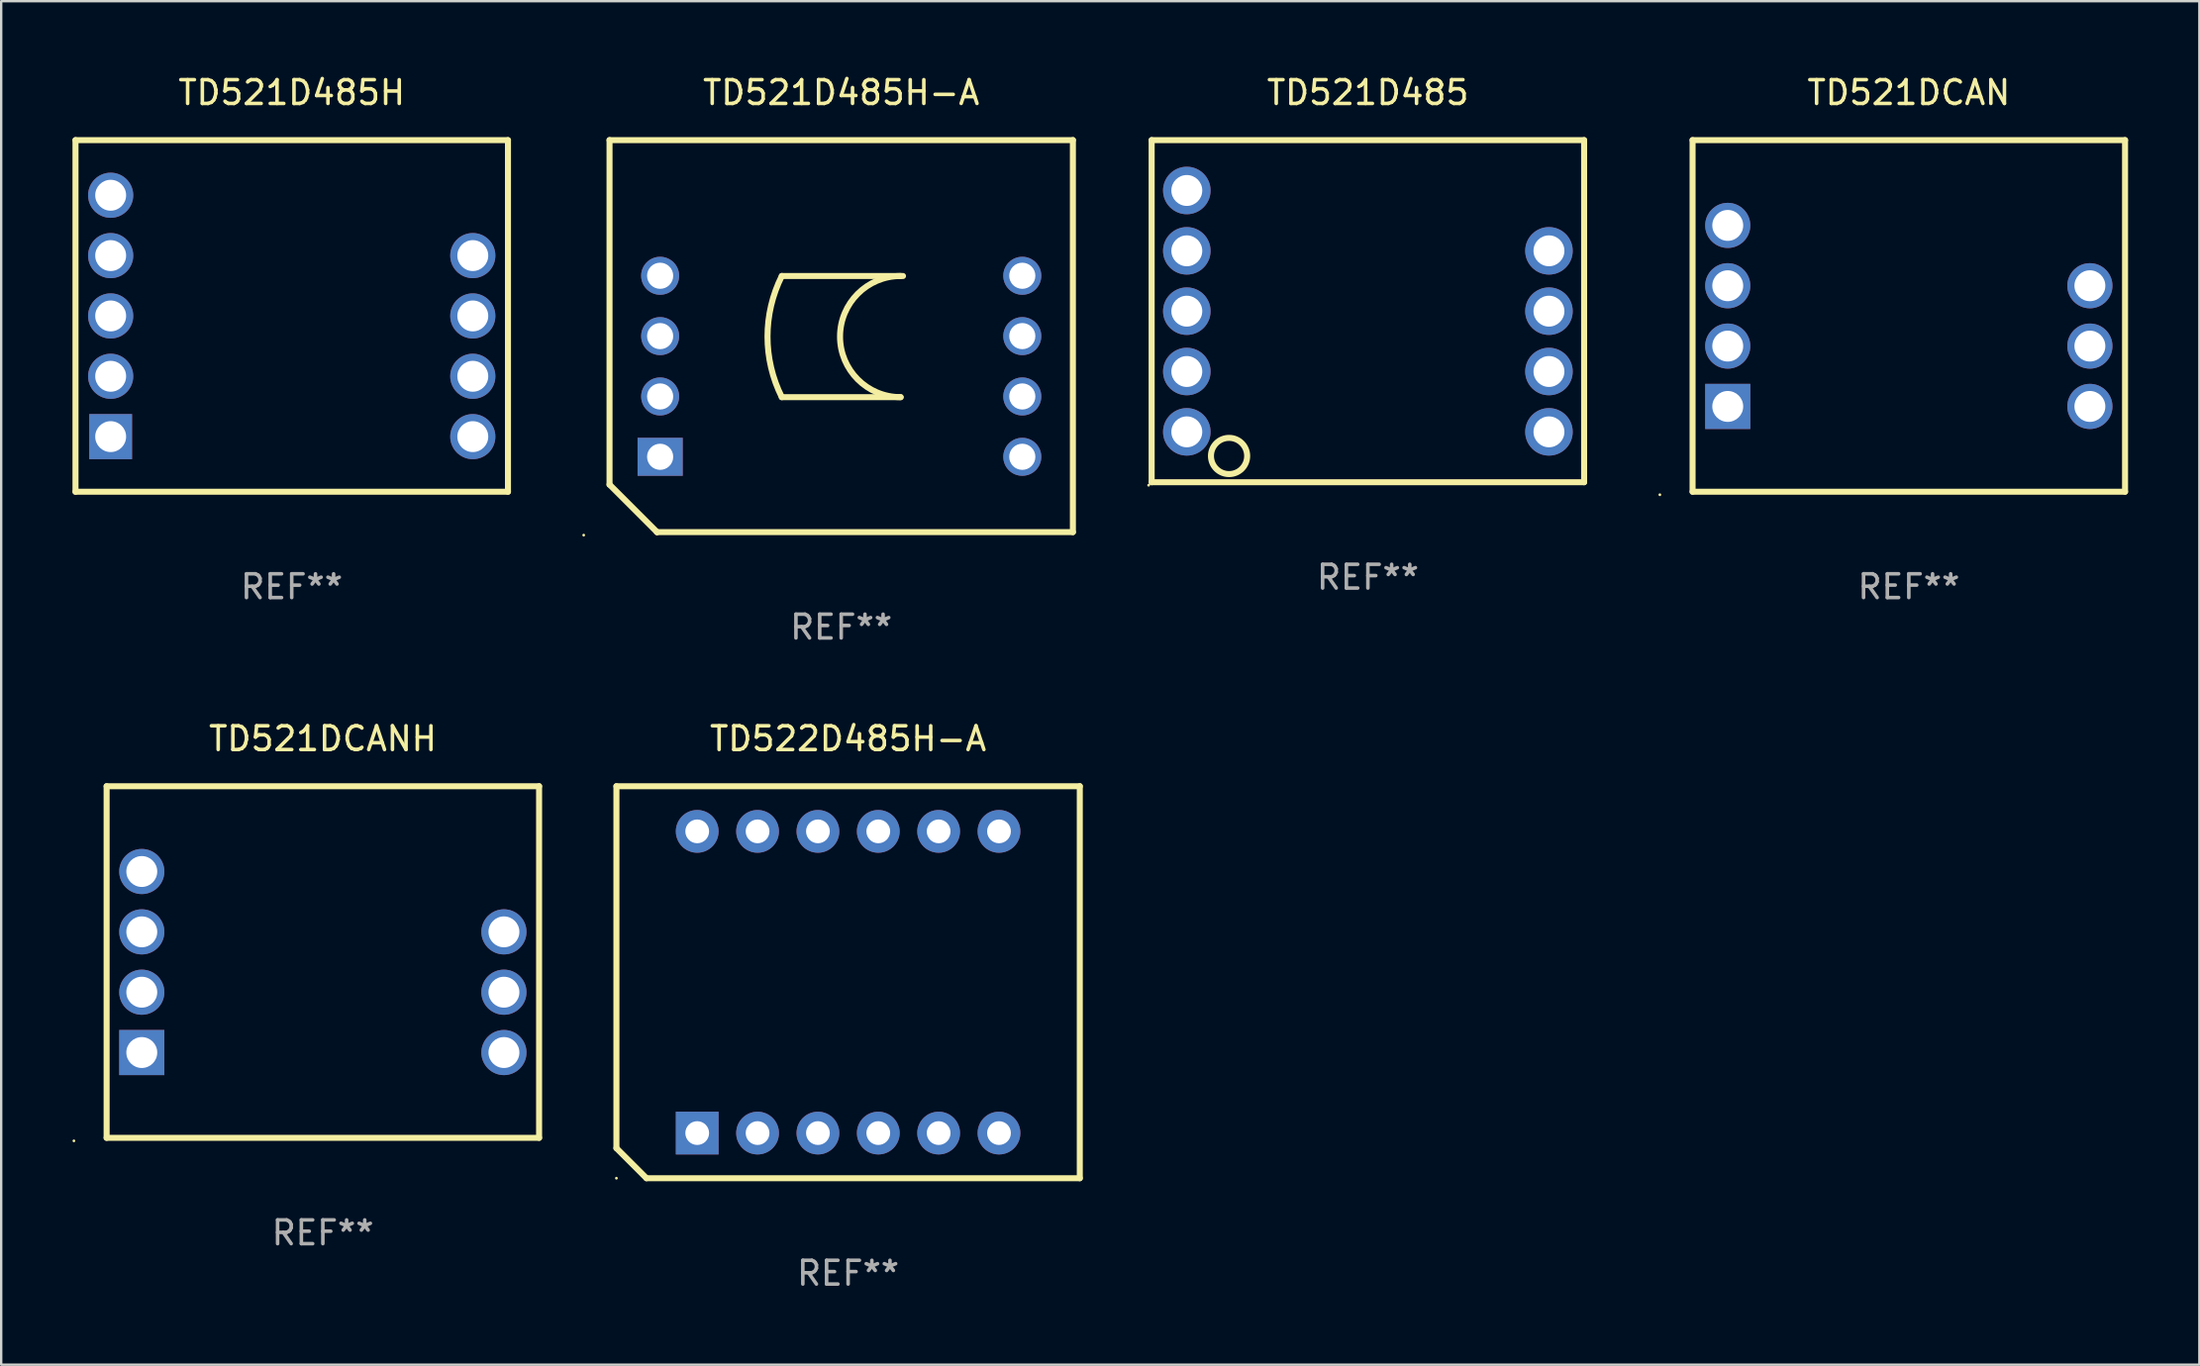
<source format=kicad_pcb>
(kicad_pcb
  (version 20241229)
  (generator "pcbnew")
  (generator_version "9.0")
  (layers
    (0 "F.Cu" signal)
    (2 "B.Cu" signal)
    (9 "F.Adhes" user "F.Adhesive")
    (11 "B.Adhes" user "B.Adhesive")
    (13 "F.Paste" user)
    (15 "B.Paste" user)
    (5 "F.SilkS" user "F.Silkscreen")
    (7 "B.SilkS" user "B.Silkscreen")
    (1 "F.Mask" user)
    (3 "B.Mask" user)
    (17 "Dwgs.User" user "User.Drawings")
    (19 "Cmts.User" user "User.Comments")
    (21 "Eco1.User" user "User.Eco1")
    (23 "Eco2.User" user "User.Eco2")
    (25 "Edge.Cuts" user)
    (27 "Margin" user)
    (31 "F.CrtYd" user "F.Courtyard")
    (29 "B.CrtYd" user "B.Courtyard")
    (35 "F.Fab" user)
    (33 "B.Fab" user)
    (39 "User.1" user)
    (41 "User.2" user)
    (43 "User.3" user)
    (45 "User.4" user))
  (footprint "TD521DCAN"
    (layer "F.Cu")
    (at 77.279 10.248)
    (property "Reference" "TD521DCAN" (at 0 -9.4 0) (layer "F.SilkS") (effects (font (size 1 1) (thickness 0.15))))
    (attr through_hole)
    (fp_line (start -9.1 -7.4) (end -9.1 7.4) (stroke (width 0.254) (type solid)) (layer "F.SilkS"))
    (fp_line (start -9.1 -7.4) (end 9.1 -7.4) (stroke (width 0.254) (type solid)) (layer "F.SilkS"))
    (fp_line (start -9.1 7.4) (end 9.1 7.4) (stroke (width 0.254) (type solid)) (layer "F.SilkS"))
    (fp_line (start 9.1 -7.4) (end 9.1 7.4) (stroke (width 0.254) (type solid)) (layer "F.SilkS"))
    (fp_circle (center -10.477 7.527) (end -10.447 7.527) (stroke (width 0.06) (type solid)) (fill no) (layer "F.SilkS"))
    (fp_text user "REF**" (at 0 11.4 0) (layer "F.Fab") (effects (font (size 1 1) (thickness 0.15))))
    (pad "1" thru_hole rect (at -7.62 3.81) (size 1.9 1.9) (drill 1.3) (layers "*.Cu" "*.Mask"))
    (pad "2" thru_hole circle (at -7.62 1.27) (size 1.9 1.9) (drill 1.3) (layers "*.Cu" "*.Mask"))
    (pad "3" thru_hole circle (at -7.62 -1.27) (size 1.9 1.9) (drill 1.3) (layers "*.Cu" "*.Mask"))
    (pad "4" thru_hole circle (at -7.62 -3.81) (size 1.9 1.9) (drill 1.3) (layers "*.Cu" "*.Mask"))
    (pad "6" thru_hole circle (at 7.62 -1.27) (size 1.9 1.9) (drill 1.3) (layers "*.Cu" "*.Mask"))
    (pad "7" thru_hole circle (at 7.62 1.27) (size 1.9 1.9) (drill 1.3) (layers "*.Cu" "*.Mask"))
    (pad "8" thru_hole circle (at 7.62 3.81) (size 1.9 1.9) (drill 1.3) (layers "*.Cu" "*.Mask")))
  (footprint "TD521D485"
    (layer "F.Cu")
    (at 54.515 10.048)
    (property "Reference" "TD521D485" (at 0 -9.2 0) (layer "F.SilkS") (effects (font (size 1 1) (thickness 0.15))))
    (attr through_hole)
    (fp_line (start -9.1 -7.2) (end -9.1 7.2) (stroke (width 0.254) (type solid)) (layer "F.SilkS"))
    (fp_line (start -9.1 -7.2) (end 9.1 -7.2) (stroke (width 0.254) (type solid)) (layer "F.SilkS"))
    (fp_line (start 9.1 7.2) (end -9.1 7.2) (stroke (width 0.254) (type solid)) (layer "F.SilkS"))
    (fp_line (start 9.1 7.2) (end 9.1 -7.2) (stroke (width 0.254) (type solid)) (layer "F.SilkS"))
    (fp_circle (center -9.227 7.327) (end -9.197 7.327) (stroke (width 0.06) (type solid)) (fill no) (layer "F.SilkS"))
    (fp_circle (center -5.842 6.096) (end -5.08 6.096) (stroke (width 0.254) (type solid)) (fill no) (layer "F.SilkS"))
    (fp_text user "REF**" (at 0 11.2 0) (layer "F.Fab") (effects (font (size 1 1) (thickness 0.15))))
    (pad "1" thru_hole circle (at -7.62 5.08) (size 2 2) (drill 1.3) (layers "*.Cu" "*.Mask"))
    (pad "2" thru_hole circle (at -7.62 2.54) (size 2 2) (drill 1.3) (layers "*.Cu" "*.Mask"))
    (pad "3" thru_hole circle (at -7.62 0) (size 2 2) (drill 1.3) (layers "*.Cu" "*.Mask"))
    (pad "4" thru_hole circle (at -7.62 -2.54) (size 2 2) (drill 1.3) (layers "*.Cu" "*.Mask"))
    (pad "5" thru_hole circle (at -7.62 -5.08) (size 2 2) (drill 1.3) (layers "*.Cu" "*.Mask"))
    (pad "7" thru_hole circle (at 7.62 -2.54) (size 2 2) (drill 1.3) (layers "*.Cu" "*.Mask"))
    (pad "8" thru_hole circle (at 7.62 0) (size 2 2) (drill 1.3) (layers "*.Cu" "*.Mask"))
    (pad "9" thru_hole circle (at 7.62 2.54) (size 2 2) (drill 1.3) (layers "*.Cu" "*.Mask"))
    (pad "10" thru_hole circle (at 7.62 5.08) (size 2 2) (drill 1.3) (layers "*.Cu" "*.Mask")))
  (footprint "TD521DCANH"
    (layer "F.Cu")
    (at 10.537 37.445)
    (property "Reference" "TD521DCANH" (at 0 -9.4 0) (layer "F.SilkS") (effects (font (size 1 1) (thickness 0.15))))
    (attr through_hole)
    (fp_line (start -9.1 -7.4) (end -9.1 7.4) (stroke (width 0.254) (type solid)) (layer "F.SilkS"))
    (fp_line (start -9.1 -7.4) (end 9.1 -7.4) (stroke (width 0.254) (type solid)) (layer "F.SilkS"))
    (fp_line (start -9.1 7.4) (end 9.1 7.4) (stroke (width 0.254) (type solid)) (layer "F.SilkS"))
    (fp_line (start 9.1 -7.4) (end 9.1 7.4) (stroke (width 0.254) (type solid)) (layer "F.SilkS"))
    (fp_circle (center -10.477 7.527) (end -10.447 7.527) (stroke (width 0.06) (type solid)) (fill no) (layer "F.SilkS"))
    (fp_text user "REF**" (at 0 11.4 0) (layer "F.Fab") (effects (font (size 1 1) (thickness 0.15))))
    (pad "1" thru_hole rect (at -7.62 3.81) (size 1.9 1.9) (drill 1.3) (layers "*.Cu" "*.Mask"))
    (pad "2" thru_hole circle (at -7.62 1.27) (size 1.9 1.9) (drill 1.3) (layers "*.Cu" "*.Mask"))
    (pad "3" thru_hole circle (at -7.62 -1.27) (size 1.9 1.9) (drill 1.3) (layers "*.Cu" "*.Mask"))
    (pad "4" thru_hole circle (at -7.62 -3.81) (size 1.9 1.9) (drill 1.3) (layers "*.Cu" "*.Mask"))
    (pad "6" thru_hole circle (at 7.62 -1.27) (size 1.9 1.9) (drill 1.3) (layers "*.Cu" "*.Mask"))
    (pad "7" thru_hole circle (at 7.62 1.27) (size 1.9 1.9) (drill 1.3) (layers "*.Cu" "*.Mask"))
    (pad "8" thru_hole circle (at 7.62 3.81) (size 1.9 1.9) (drill 1.3) (layers "*.Cu" "*.Mask")))
  (footprint "TD522D485H-A"
    (layer "F.Cu")
    (at 32.641 38.295)
    (property "Reference" "TD522D485H-A" (at 0 -10.25 0) (layer "F.SilkS") (effects (font (size 1 1) (thickness 0.15))))
    (attr through_hole)
    (fp_line (start -9.75 -8.25) (end 9.75 -8.25) (stroke (width 0.254) (type solid)) (layer "F.SilkS"))
    (fp_line (start -9.75 6.985) (end -9.75 -8.25) (stroke (width 0.254) (type solid)) (layer "F.SilkS"))
    (fp_line (start -8.485 8.25) (end -9.75 6.985) (stroke (width 0.254) (type solid)) (layer "F.SilkS"))
    (fp_line (start 9.75 8.25) (end -8.485 8.25) (stroke (width 0.254) (type solid)) (layer "F.SilkS"))
    (fp_line (start 9.75 8.25) (end 9.75 -8.25) (stroke (width 0.254) (type solid)) (layer "F.SilkS"))
    (fp_circle (center -9.75 8.25) (end -9.72 8.25) (stroke (width 0.06) (type solid)) (fill no) (layer "F.SilkS"))
    (fp_text user "REF**" (at 0 12.25 0) (layer "F.Fab") (effects (font (size 1 1) (thickness 0.15))))
    (pad "1" thru_hole rect (at -6.35 6.35) (size 1.8 1.8) (drill 1) (layers "*.Cu" "*.Mask"))
    (pad "2" thru_hole circle (at -3.81 6.35) (size 1.8 1.8) (drill 1) (layers "*.Cu" "*.Mask"))
    (pad "3" thru_hole circle (at -1.27 6.35) (size 1.8 1.8) (drill 1) (layers "*.Cu" "*.Mask"))
    (pad "4" thru_hole circle (at 1.27 6.35) (size 1.8 1.8) (drill 1) (layers "*.Cu" "*.Mask"))
    (pad "5" thru_hole circle (at 3.81 6.35) (size 1.8 1.8) (drill 1) (layers "*.Cu" "*.Mask"))
    (pad "6" thru_hole circle (at 6.35 6.35) (size 1.8 1.8) (drill 1) (layers "*.Cu" "*.Mask"))
    (pad "7" thru_hole circle (at 6.35 -6.35) (size 1.8 1.8) (drill 1) (layers "*.Cu" "*.Mask"))
    (pad "8" thru_hole circle (at 3.81 -6.35) (size 1.8 1.8) (drill 1) (layers "*.Cu" "*.Mask"))
    (pad "9" thru_hole circle (at 1.27 -6.35) (size 1.8 1.8) (drill 1) (layers "*.Cu" "*.Mask"))
    (pad "10" thru_hole circle (at -1.27 -6.35) (size 1.8 1.8) (drill 1) (layers "*.Cu" "*.Mask"))
    (pad "11" thru_hole circle (at -3.81 -6.35) (size 1.8 1.8) (drill 1) (layers "*.Cu" "*.Mask"))
    (pad "12" thru_hole circle (at -6.35 -6.35) (size 1.8 1.8) (drill 1) (layers "*.Cu" "*.Mask")))
  (footprint "TD521D485H"
    (layer "F.Cu")
    (at 9.227 10.249)
    (property "Reference" "TD521D485H" (at 0 -9.4 0) (layer "F.SilkS") (effects (font (size 1 1) (thickness 0.15))))
    (attr through_hole)
    (fp_line (start -9.1 -7.4) (end -9.1 7.4) (stroke (width 0.254) (type solid)) (layer "F.SilkS"))
    (fp_line (start -9.1 -7.4) (end 9.1 -7.4) (stroke (width 0.254) (type solid)) (layer "F.SilkS"))
    (fp_line (start -9.1 7.4) (end 9.1 7.4) (stroke (width 0.254) (type solid)) (layer "F.SilkS"))
    (fp_line (start 9.1 -7.4) (end 9.1 7.4) (stroke (width 0.254) (type solid)) (layer "F.SilkS"))
    (fp_circle (center -9.1 7.4) (end -9.07 7.4) (stroke (width 0.06) (type solid)) (fill no) (layer "F.SilkS"))
    (fp_text user "REF**" (at 0 11.4 0) (layer "F.Fab") (effects (font (size 1 1) (thickness 0.15))))
    (pad "1" thru_hole rect (at -7.62 5.08) (size 1.8 1.9) (drill 1.3) (layers "*.Cu" "*.Mask"))
    (pad "2" thru_hole circle (at -7.62 2.54) (size 1.9 1.9) (drill 1.3) (layers "*.Cu" "*.Mask"))
    (pad "3" thru_hole circle (at -7.62 -0.000292) (size 1.9 1.9) (drill 1.3) (layers "*.Cu" "*.Mask"))
    (pad "4" thru_hole circle (at -7.62 -2.54) (size 1.9 1.9) (drill 1.3) (layers "*.Cu" "*.Mask"))
    (pad "5" thru_hole circle (at -7.62 -5.08) (size 1.9 1.9) (drill 1.3) (layers "*.Cu" "*.Mask"))
    (pad "7" thru_hole circle (at 7.62 -2.54) (size 1.9 1.9) (drill 1.3) (layers "*.Cu" "*.Mask"))
    (pad "8" thru_hole circle (at 7.62 -0.000292) (size 1.9 1.9) (drill 1.3) (layers "*.Cu" "*.Mask"))
    (pad "9" thru_hole circle (at 7.62 2.54) (size 1.9 1.9) (drill 1.3) (layers "*.Cu" "*.Mask"))
    (pad "10" thru_hole circle (at 7.62 5.08) (size 1.9 1.9) (drill 1.3) (layers "*.Cu" "*.Mask")))
  (footprint "TD521D485H-A"
    (layer "F.Cu")
    (at 32.351 11.098)
    (property "Reference" "TD521D485H-A" (at 0 -10.25 0) (layer "F.SilkS") (effects (font (size 1 1) (thickness 0.15))))
    (attr through_hole)
    (fp_line (start -9.75 -8.25) (end -9.75 6.25) (stroke (width 0.254) (type solid)) (layer "F.SilkS"))
    (fp_line (start -9.75 -8.25) (end 9.75 -8.25) (stroke (width 0.254) (type solid)) (layer "F.SilkS"))
    (fp_line (start -7.75 8.25) (end -9.75 6.25) (stroke (width 0.254) (type solid)) (layer "F.SilkS"))
    (fp_line (start -7.75 8.25) (end -7.75 8.25) (stroke (width 0.254) (type solid)) (layer "F.SilkS"))
    (fp_line (start -7.75 8.25) (end 9.75 8.25) (stroke (width 0.254) (type solid)) (layer "F.SilkS"))
    (fp_line (start -2.5 -2.53) (end 2.6 -2.53) (stroke (width 0.254) (type solid)) (layer "F.SilkS"))
    (fp_line (start -2.5 2.57) (end 2.5 2.57) (stroke (width 0.254) (type solid)) (layer "F.SilkS"))
    (fp_line (start 9.75 -8.25) (end 9.75 8.25) (stroke (width 0.254) (type solid)) (layer "F.SilkS"))
    (fp_arc (start -2.499365 2.570486) (mid -3.101612 0.020319) (end -2.5 -2.529997) (stroke (width 0.254001) (type solid)) (layer "F.SilkS"))
    (fp_arc (start 2.5 2.570003) (mid -0.049276 0.019761) (end 2.500636 -2.529845) (stroke (width 0.254001) (type solid)) (layer "F.SilkS"))
    (fp_circle (center -10.837 8.377) (end -10.807 8.377) (stroke (width 0.06) (type solid)) (fill no) (layer "F.SilkS"))
    (fp_text user "REF**" (at 0 12.25 0) (layer "F.Fab") (effects (font (size 1 1) (thickness 0.15))))
    (pad "1" thru_hole rect (at -7.62 5.08) (size 1.9 1.6) (drill 1.1) (layers "*.Cu" "*.Mask"))
    (pad "2" thru_hole circle (at -7.62 2.54) (size 1.6 1.6) (drill 1.1) (layers "*.Cu" "*.Mask"))
    (pad "3" thru_hole circle (at -7.62 0) (size 1.6 1.6) (drill 1.1) (layers "*.Cu" "*.Mask"))
    (pad "4" thru_hole circle (at -7.62 -2.54) (size 1.6 1.6) (drill 1.1) (layers "*.Cu" "*.Mask"))
    (pad "7" thru_hole circle (at 7.62 -2.54) (size 1.6 1.6) (drill 1.1) (layers "*.Cu" "*.Mask"))
    (pad "8" thru_hole circle (at 7.62 0) (size 1.6 1.6) (drill 1.1) (layers "*.Cu" "*.Mask"))
    (pad "9" thru_hole circle (at 7.62 2.54) (size 1.6 1.6) (drill 1.1) (layers "*.Cu" "*.Mask"))
    (pad "10" thru_hole circle (at 7.62 5.08) (size 1.6 1.6) (drill 1.1) (layers "*.Cu" "*.Mask")))
  (gr_rect
    (start -3 -3)
    (end 89.506 54.393)
    (stroke (width 0.1) (type default))
    (fill no)
    (layer "Edge.Cuts")))
</source>
